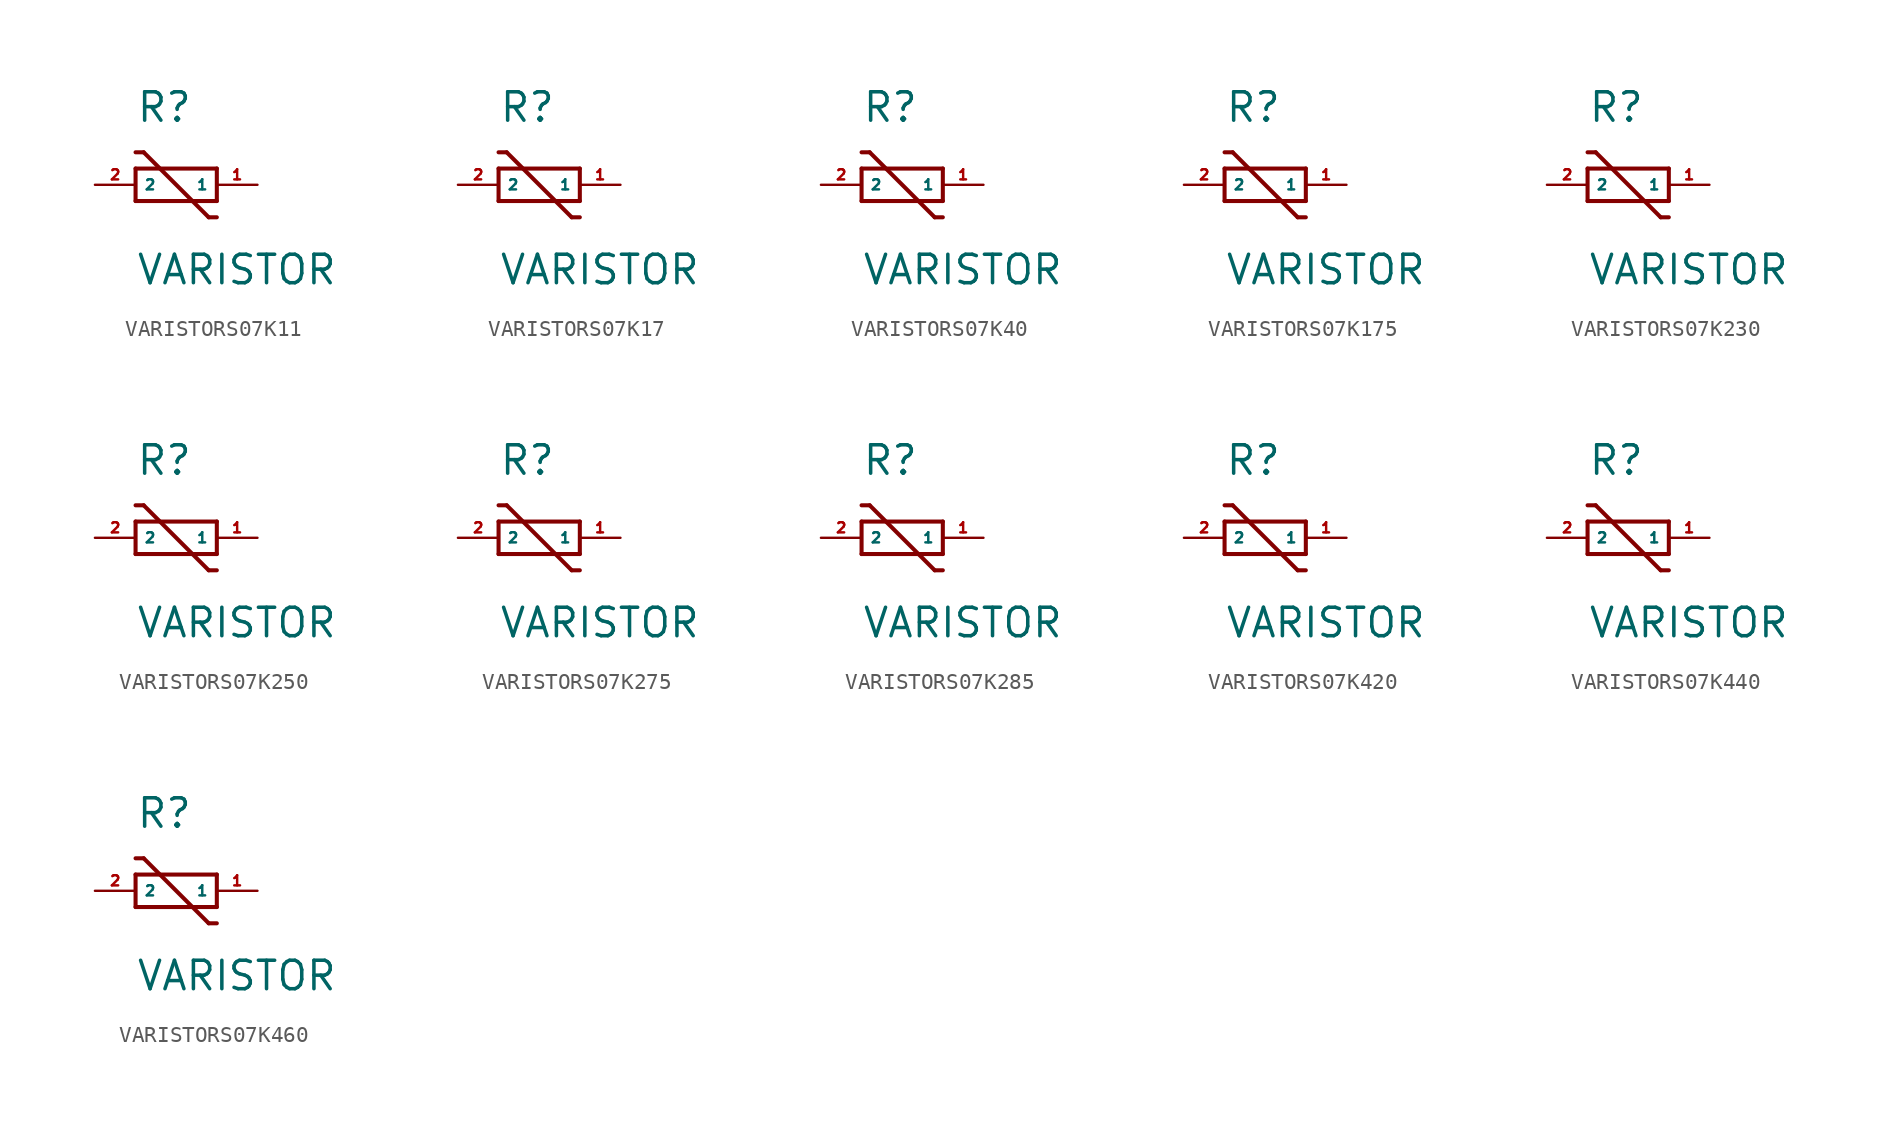
<source format=kicad_sym>
(kicad_symbol_lib
  (version 20220914)
  (generator Eagle2Kicad)
  (symbol "VARISTORS07K11"
    (property "Reference" "R"
      (at -2.54 3.81 0)
      (effects (font (size 1.778 1.778) (thickness 0.22)) (justify left bottom)))
    (property "Value" "VARISTOR"
      (at -2.54 -6.35 0)
      (effects (font (size 1.778 1.778) (thickness 0.22)) (justify left bottom)))
    (polyline
      (pts (xy 2.54 1.016) (xy 2.54 -1.016))
      (stroke (width 0.254) (type default))
      (fill (type none)))
    (polyline
      (pts (xy 2.54 -1.016) (xy -2.54 -1.016))
      (stroke (width 0.254) (type default))
      (fill (type none)))
    (polyline
      (pts (xy -2.54 -1.016) (xy -2.54 1.016))
      (stroke (width 0.254) (type default))
      (fill (type none)))
    (polyline
      (pts (xy -2.54 1.016) (xy 2.54 1.016))
      (stroke (width 0.254) (type default))
      (fill (type none)))
    (polyline
      (pts (xy 2.54 -2.032) (xy 2.032 -2.032))
      (stroke (width 0.254) (type default))
      (fill (type none)))
    (polyline
      (pts (xy -2.032 2.032) (xy -2.54 2.032))
      (stroke (width 0.254) (type default))
      (fill (type none)))
    (polyline
      (pts (xy 2.032 -2.032) (xy -2.032 2.032))
      (stroke (width 0.254) (type default))
      (fill (type none)))
    (pin passive line
      (at 5.08 0 180)
      (length 2.54)
      (name "1" (effects (font (size 0.635 0.635) (thickness 0.08)) (justify left bottom)))
      (number "1" (effects (font (size 0.635 0.635) (thickness 0.08)) (justify left bottom))))
    (pin passive line
      (at -5.08 0 0)
      (length 2.54)
      (name "2" (effects (font (size 0.635 0.635) (thickness 0.08)) (justify left bottom)))
      (number "2" (effects (font (size 0.635 0.635) (thickness 0.08)) (justify left bottom)))))
  (symbol "VARISTORS07K17"
    (property "Reference" "R"
      (at -2.54 3.81 0)
      (effects (font (size 1.778 1.778) (thickness 0.22)) (justify left bottom)))
    (property "Value" "VARISTOR"
      (at -2.54 -6.35 0)
      (effects (font (size 1.778 1.778) (thickness 0.22)) (justify left bottom)))
    (polyline
      (pts (xy 2.54 1.016) (xy 2.54 -1.016))
      (stroke (width 0.254) (type default))
      (fill (type none)))
    (polyline
      (pts (xy 2.54 -1.016) (xy -2.54 -1.016))
      (stroke (width 0.254) (type default))
      (fill (type none)))
    (polyline
      (pts (xy -2.54 -1.016) (xy -2.54 1.016))
      (stroke (width 0.254) (type default))
      (fill (type none)))
    (polyline
      (pts (xy -2.54 1.016) (xy 2.54 1.016))
      (stroke (width 0.254) (type default))
      (fill (type none)))
    (polyline
      (pts (xy 2.54 -2.032) (xy 2.032 -2.032))
      (stroke (width 0.254) (type default))
      (fill (type none)))
    (polyline
      (pts (xy -2.032 2.032) (xy -2.54 2.032))
      (stroke (width 0.254) (type default))
      (fill (type none)))
    (polyline
      (pts (xy 2.032 -2.032) (xy -2.032 2.032))
      (stroke (width 0.254) (type default))
      (fill (type none)))
    (pin passive line
      (at 5.08 0 180)
      (length 2.54)
      (name "1" (effects (font (size 0.635 0.635) (thickness 0.08)) (justify left bottom)))
      (number "1" (effects (font (size 0.635 0.635) (thickness 0.08)) (justify left bottom))))
    (pin passive line
      (at -5.08 0 0)
      (length 2.54)
      (name "2" (effects (font (size 0.635 0.635) (thickness 0.08)) (justify left bottom)))
      (number "2" (effects (font (size 0.635 0.635) (thickness 0.08)) (justify left bottom)))))
  (symbol "VARISTORS07K40"
    (property "Reference" "R"
      (at -2.54 3.81 0)
      (effects (font (size 1.778 1.778) (thickness 0.22)) (justify left bottom)))
    (property "Value" "VARISTOR"
      (at -2.54 -6.35 0)
      (effects (font (size 1.778 1.778) (thickness 0.22)) (justify left bottom)))
    (polyline
      (pts (xy 2.54 1.016) (xy 2.54 -1.016))
      (stroke (width 0.254) (type default))
      (fill (type none)))
    (polyline
      (pts (xy 2.54 -1.016) (xy -2.54 -1.016))
      (stroke (width 0.254) (type default))
      (fill (type none)))
    (polyline
      (pts (xy -2.54 -1.016) (xy -2.54 1.016))
      (stroke (width 0.254) (type default))
      (fill (type none)))
    (polyline
      (pts (xy -2.54 1.016) (xy 2.54 1.016))
      (stroke (width 0.254) (type default))
      (fill (type none)))
    (polyline
      (pts (xy 2.54 -2.032) (xy 2.032 -2.032))
      (stroke (width 0.254) (type default))
      (fill (type none)))
    (polyline
      (pts (xy -2.032 2.032) (xy -2.54 2.032))
      (stroke (width 0.254) (type default))
      (fill (type none)))
    (polyline
      (pts (xy 2.032 -2.032) (xy -2.032 2.032))
      (stroke (width 0.254) (type default))
      (fill (type none)))
    (pin passive line
      (at 5.08 0 180)
      (length 2.54)
      (name "1" (effects (font (size 0.635 0.635) (thickness 0.08)) (justify left bottom)))
      (number "1" (effects (font (size 0.635 0.635) (thickness 0.08)) (justify left bottom))))
    (pin passive line
      (at -5.08 0 0)
      (length 2.54)
      (name "2" (effects (font (size 0.635 0.635) (thickness 0.08)) (justify left bottom)))
      (number "2" (effects (font (size 0.635 0.635) (thickness 0.08)) (justify left bottom)))))
  (symbol "VARISTORS07K175"
    (property "Reference" "R"
      (at -2.54 3.81 0)
      (effects (font (size 1.778 1.778) (thickness 0.22)) (justify left bottom)))
    (property "Value" "VARISTOR"
      (at -2.54 -6.35 0)
      (effects (font (size 1.778 1.778) (thickness 0.22)) (justify left bottom)))
    (polyline
      (pts (xy 2.54 1.016) (xy 2.54 -1.016))
      (stroke (width 0.254) (type default))
      (fill (type none)))
    (polyline
      (pts (xy 2.54 -1.016) (xy -2.54 -1.016))
      (stroke (width 0.254) (type default))
      (fill (type none)))
    (polyline
      (pts (xy -2.54 -1.016) (xy -2.54 1.016))
      (stroke (width 0.254) (type default))
      (fill (type none)))
    (polyline
      (pts (xy -2.54 1.016) (xy 2.54 1.016))
      (stroke (width 0.254) (type default))
      (fill (type none)))
    (polyline
      (pts (xy 2.54 -2.032) (xy 2.032 -2.032))
      (stroke (width 0.254) (type default))
      (fill (type none)))
    (polyline
      (pts (xy -2.032 2.032) (xy -2.54 2.032))
      (stroke (width 0.254) (type default))
      (fill (type none)))
    (polyline
      (pts (xy 2.032 -2.032) (xy -2.032 2.032))
      (stroke (width 0.254) (type default))
      (fill (type none)))
    (pin passive line
      (at 5.08 0 180)
      (length 2.54)
      (name "1" (effects (font (size 0.635 0.635) (thickness 0.08)) (justify left bottom)))
      (number "1" (effects (font (size 0.635 0.635) (thickness 0.08)) (justify left bottom))))
    (pin passive line
      (at -5.08 0 0)
      (length 2.54)
      (name "2" (effects (font (size 0.635 0.635) (thickness 0.08)) (justify left bottom)))
      (number "2" (effects (font (size 0.635 0.635) (thickness 0.08)) (justify left bottom)))))
  (symbol "VARISTORS07K230"
    (property "Reference" "R"
      (at -2.54 3.81 0)
      (effects (font (size 1.778 1.778) (thickness 0.22)) (justify left bottom)))
    (property "Value" "VARISTOR"
      (at -2.54 -6.35 0)
      (effects (font (size 1.778 1.778) (thickness 0.22)) (justify left bottom)))
    (polyline
      (pts (xy 2.54 1.016) (xy 2.54 -1.016))
      (stroke (width 0.254) (type default))
      (fill (type none)))
    (polyline
      (pts (xy 2.54 -1.016) (xy -2.54 -1.016))
      (stroke (width 0.254) (type default))
      (fill (type none)))
    (polyline
      (pts (xy -2.54 -1.016) (xy -2.54 1.016))
      (stroke (width 0.254) (type default))
      (fill (type none)))
    (polyline
      (pts (xy -2.54 1.016) (xy 2.54 1.016))
      (stroke (width 0.254) (type default))
      (fill (type none)))
    (polyline
      (pts (xy 2.54 -2.032) (xy 2.032 -2.032))
      (stroke (width 0.254) (type default))
      (fill (type none)))
    (polyline
      (pts (xy -2.032 2.032) (xy -2.54 2.032))
      (stroke (width 0.254) (type default))
      (fill (type none)))
    (polyline
      (pts (xy 2.032 -2.032) (xy -2.032 2.032))
      (stroke (width 0.254) (type default))
      (fill (type none)))
    (pin passive line
      (at 5.08 0 180)
      (length 2.54)
      (name "1" (effects (font (size 0.635 0.635) (thickness 0.08)) (justify left bottom)))
      (number "1" (effects (font (size 0.635 0.635) (thickness 0.08)) (justify left bottom))))
    (pin passive line
      (at -5.08 0 0)
      (length 2.54)
      (name "2" (effects (font (size 0.635 0.635) (thickness 0.08)) (justify left bottom)))
      (number "2" (effects (font (size 0.635 0.635) (thickness 0.08)) (justify left bottom)))))
  (symbol "VARISTORS07K250"
    (property "Reference" "R"
      (at -2.54 3.81 0)
      (effects (font (size 1.778 1.778) (thickness 0.22)) (justify left bottom)))
    (property "Value" "VARISTOR"
      (at -2.54 -6.35 0)
      (effects (font (size 1.778 1.778) (thickness 0.22)) (justify left bottom)))
    (polyline
      (pts (xy 2.54 1.016) (xy 2.54 -1.016))
      (stroke (width 0.254) (type default))
      (fill (type none)))
    (polyline
      (pts (xy 2.54 -1.016) (xy -2.54 -1.016))
      (stroke (width 0.254) (type default))
      (fill (type none)))
    (polyline
      (pts (xy -2.54 -1.016) (xy -2.54 1.016))
      (stroke (width 0.254) (type default))
      (fill (type none)))
    (polyline
      (pts (xy -2.54 1.016) (xy 2.54 1.016))
      (stroke (width 0.254) (type default))
      (fill (type none)))
    (polyline
      (pts (xy 2.54 -2.032) (xy 2.032 -2.032))
      (stroke (width 0.254) (type default))
      (fill (type none)))
    (polyline
      (pts (xy -2.032 2.032) (xy -2.54 2.032))
      (stroke (width 0.254) (type default))
      (fill (type none)))
    (polyline
      (pts (xy 2.032 -2.032) (xy -2.032 2.032))
      (stroke (width 0.254) (type default))
      (fill (type none)))
    (pin passive line
      (at 5.08 0 180)
      (length 2.54)
      (name "1" (effects (font (size 0.635 0.635) (thickness 0.08)) (justify left bottom)))
      (number "1" (effects (font (size 0.635 0.635) (thickness 0.08)) (justify left bottom))))
    (pin passive line
      (at -5.08 0 0)
      (length 2.54)
      (name "2" (effects (font (size 0.635 0.635) (thickness 0.08)) (justify left bottom)))
      (number "2" (effects (font (size 0.635 0.635) (thickness 0.08)) (justify left bottom)))))
  (symbol "VARISTORS07K275"
    (property "Reference" "R"
      (at -2.54 3.81 0)
      (effects (font (size 1.778 1.778) (thickness 0.22)) (justify left bottom)))
    (property "Value" "VARISTOR"
      (at -2.54 -6.35 0)
      (effects (font (size 1.778 1.778) (thickness 0.22)) (justify left bottom)))
    (polyline
      (pts (xy 2.54 1.016) (xy 2.54 -1.016))
      (stroke (width 0.254) (type default))
      (fill (type none)))
    (polyline
      (pts (xy 2.54 -1.016) (xy -2.54 -1.016))
      (stroke (width 0.254) (type default))
      (fill (type none)))
    (polyline
      (pts (xy -2.54 -1.016) (xy -2.54 1.016))
      (stroke (width 0.254) (type default))
      (fill (type none)))
    (polyline
      (pts (xy -2.54 1.016) (xy 2.54 1.016))
      (stroke (width 0.254) (type default))
      (fill (type none)))
    (polyline
      (pts (xy 2.54 -2.032) (xy 2.032 -2.032))
      (stroke (width 0.254) (type default))
      (fill (type none)))
    (polyline
      (pts (xy -2.032 2.032) (xy -2.54 2.032))
      (stroke (width 0.254) (type default))
      (fill (type none)))
    (polyline
      (pts (xy 2.032 -2.032) (xy -2.032 2.032))
      (stroke (width 0.254) (type default))
      (fill (type none)))
    (pin passive line
      (at 5.08 0 180)
      (length 2.54)
      (name "1" (effects (font (size 0.635 0.635) (thickness 0.08)) (justify left bottom)))
      (number "1" (effects (font (size 0.635 0.635) (thickness 0.08)) (justify left bottom))))
    (pin passive line
      (at -5.08 0 0)
      (length 2.54)
      (name "2" (effects (font (size 0.635 0.635) (thickness 0.08)) (justify left bottom)))
      (number "2" (effects (font (size 0.635 0.635) (thickness 0.08)) (justify left bottom)))))
  (symbol "VARISTORS07K285"
    (property "Reference" "R"
      (at -2.54 3.81 0)
      (effects (font (size 1.778 1.778) (thickness 0.22)) (justify left bottom)))
    (property "Value" "VARISTOR"
      (at -2.54 -6.35 0)
      (effects (font (size 1.778 1.778) (thickness 0.22)) (justify left bottom)))
    (polyline
      (pts (xy 2.54 1.016) (xy 2.54 -1.016))
      (stroke (width 0.254) (type default))
      (fill (type none)))
    (polyline
      (pts (xy 2.54 -1.016) (xy -2.54 -1.016))
      (stroke (width 0.254) (type default))
      (fill (type none)))
    (polyline
      (pts (xy -2.54 -1.016) (xy -2.54 1.016))
      (stroke (width 0.254) (type default))
      (fill (type none)))
    (polyline
      (pts (xy -2.54 1.016) (xy 2.54 1.016))
      (stroke (width 0.254) (type default))
      (fill (type none)))
    (polyline
      (pts (xy 2.54 -2.032) (xy 2.032 -2.032))
      (stroke (width 0.254) (type default))
      (fill (type none)))
    (polyline
      (pts (xy -2.032 2.032) (xy -2.54 2.032))
      (stroke (width 0.254) (type default))
      (fill (type none)))
    (polyline
      (pts (xy 2.032 -2.032) (xy -2.032 2.032))
      (stroke (width 0.254) (type default))
      (fill (type none)))
    (pin passive line
      (at 5.08 0 180)
      (length 2.54)
      (name "1" (effects (font (size 0.635 0.635) (thickness 0.08)) (justify left bottom)))
      (number "1" (effects (font (size 0.635 0.635) (thickness 0.08)) (justify left bottom))))
    (pin passive line
      (at -5.08 0 0)
      (length 2.54)
      (name "2" (effects (font (size 0.635 0.635) (thickness 0.08)) (justify left bottom)))
      (number "2" (effects (font (size 0.635 0.635) (thickness 0.08)) (justify left bottom)))))
  (symbol "VARISTORS07K420"
    (property "Reference" "R"
      (at -2.54 3.81 0)
      (effects (font (size 1.778 1.778) (thickness 0.22)) (justify left bottom)))
    (property "Value" "VARISTOR"
      (at -2.54 -6.35 0)
      (effects (font (size 1.778 1.778) (thickness 0.22)) (justify left bottom)))
    (polyline
      (pts (xy 2.54 1.016) (xy 2.54 -1.016))
      (stroke (width 0.254) (type default))
      (fill (type none)))
    (polyline
      (pts (xy 2.54 -1.016) (xy -2.54 -1.016))
      (stroke (width 0.254) (type default))
      (fill (type none)))
    (polyline
      (pts (xy -2.54 -1.016) (xy -2.54 1.016))
      (stroke (width 0.254) (type default))
      (fill (type none)))
    (polyline
      (pts (xy -2.54 1.016) (xy 2.54 1.016))
      (stroke (width 0.254) (type default))
      (fill (type none)))
    (polyline
      (pts (xy 2.54 -2.032) (xy 2.032 -2.032))
      (stroke (width 0.254) (type default))
      (fill (type none)))
    (polyline
      (pts (xy -2.032 2.032) (xy -2.54 2.032))
      (stroke (width 0.254) (type default))
      (fill (type none)))
    (polyline
      (pts (xy 2.032 -2.032) (xy -2.032 2.032))
      (stroke (width 0.254) (type default))
      (fill (type none)))
    (pin passive line
      (at 5.08 0 180)
      (length 2.54)
      (name "1" (effects (font (size 0.635 0.635) (thickness 0.08)) (justify left bottom)))
      (number "1" (effects (font (size 0.635 0.635) (thickness 0.08)) (justify left bottom))))
    (pin passive line
      (at -5.08 0 0)
      (length 2.54)
      (name "2" (effects (font (size 0.635 0.635) (thickness 0.08)) (justify left bottom)))
      (number "2" (effects (font (size 0.635 0.635) (thickness 0.08)) (justify left bottom)))))
  (symbol "VARISTORS07K440"
    (property "Reference" "R"
      (at -2.54 3.81 0)
      (effects (font (size 1.778 1.778) (thickness 0.22)) (justify left bottom)))
    (property "Value" "VARISTOR"
      (at -2.54 -6.35 0)
      (effects (font (size 1.778 1.778) (thickness 0.22)) (justify left bottom)))
    (polyline
      (pts (xy 2.54 1.016) (xy 2.54 -1.016))
      (stroke (width 0.254) (type default))
      (fill (type none)))
    (polyline
      (pts (xy 2.54 -1.016) (xy -2.54 -1.016))
      (stroke (width 0.254) (type default))
      (fill (type none)))
    (polyline
      (pts (xy -2.54 -1.016) (xy -2.54 1.016))
      (stroke (width 0.254) (type default))
      (fill (type none)))
    (polyline
      (pts (xy -2.54 1.016) (xy 2.54 1.016))
      (stroke (width 0.254) (type default))
      (fill (type none)))
    (polyline
      (pts (xy 2.54 -2.032) (xy 2.032 -2.032))
      (stroke (width 0.254) (type default))
      (fill (type none)))
    (polyline
      (pts (xy -2.032 2.032) (xy -2.54 2.032))
      (stroke (width 0.254) (type default))
      (fill (type none)))
    (polyline
      (pts (xy 2.032 -2.032) (xy -2.032 2.032))
      (stroke (width 0.254) (type default))
      (fill (type none)))
    (pin passive line
      (at 5.08 0 180)
      (length 2.54)
      (name "1" (effects (font (size 0.635 0.635) (thickness 0.08)) (justify left bottom)))
      (number "1" (effects (font (size 0.635 0.635) (thickness 0.08)) (justify left bottom))))
    (pin passive line
      (at -5.08 0 0)
      (length 2.54)
      (name "2" (effects (font (size 0.635 0.635) (thickness 0.08)) (justify left bottom)))
      (number "2" (effects (font (size 0.635 0.635) (thickness 0.08)) (justify left bottom)))))
  (symbol "VARISTORS07K460"
    (property "Reference" "R"
      (at -2.54 3.81 0)
      (effects (font (size 1.778 1.778) (thickness 0.22)) (justify left bottom)))
    (property "Value" "VARISTOR"
      (at -2.54 -6.35 0)
      (effects (font (size 1.778 1.778) (thickness 0.22)) (justify left bottom)))
    (polyline
      (pts (xy 2.54 1.016) (xy 2.54 -1.016))
      (stroke (width 0.254) (type default))
      (fill (type none)))
    (polyline
      (pts (xy 2.54 -1.016) (xy -2.54 -1.016))
      (stroke (width 0.254) (type default))
      (fill (type none)))
    (polyline
      (pts (xy -2.54 -1.016) (xy -2.54 1.016))
      (stroke (width 0.254) (type default))
      (fill (type none)))
    (polyline
      (pts (xy -2.54 1.016) (xy 2.54 1.016))
      (stroke (width 0.254) (type default))
      (fill (type none)))
    (polyline
      (pts (xy 2.54 -2.032) (xy 2.032 -2.032))
      (stroke (width 0.254) (type default))
      (fill (type none)))
    (polyline
      (pts (xy -2.032 2.032) (xy -2.54 2.032))
      (stroke (width 0.254) (type default))
      (fill (type none)))
    (polyline
      (pts (xy 2.032 -2.032) (xy -2.032 2.032))
      (stroke (width 0.254) (type default))
      (fill (type none)))
    (pin passive line
      (at 5.08 0 180)
      (length 2.54)
      (name "1" (effects (font (size 0.635 0.635) (thickness 0.08)) (justify left bottom)))
      (number "1" (effects (font (size 0.635 0.635) (thickness 0.08)) (justify left bottom))))
    (pin passive line
      (at -5.08 0 0)
      (length 2.54)
      (name "2" (effects (font (size 0.635 0.635) (thickness 0.08)) (justify left bottom)))
      (number "2" (effects (font (size 0.635 0.635) (thickness 0.08)) (justify left bottom))))))
</source>
